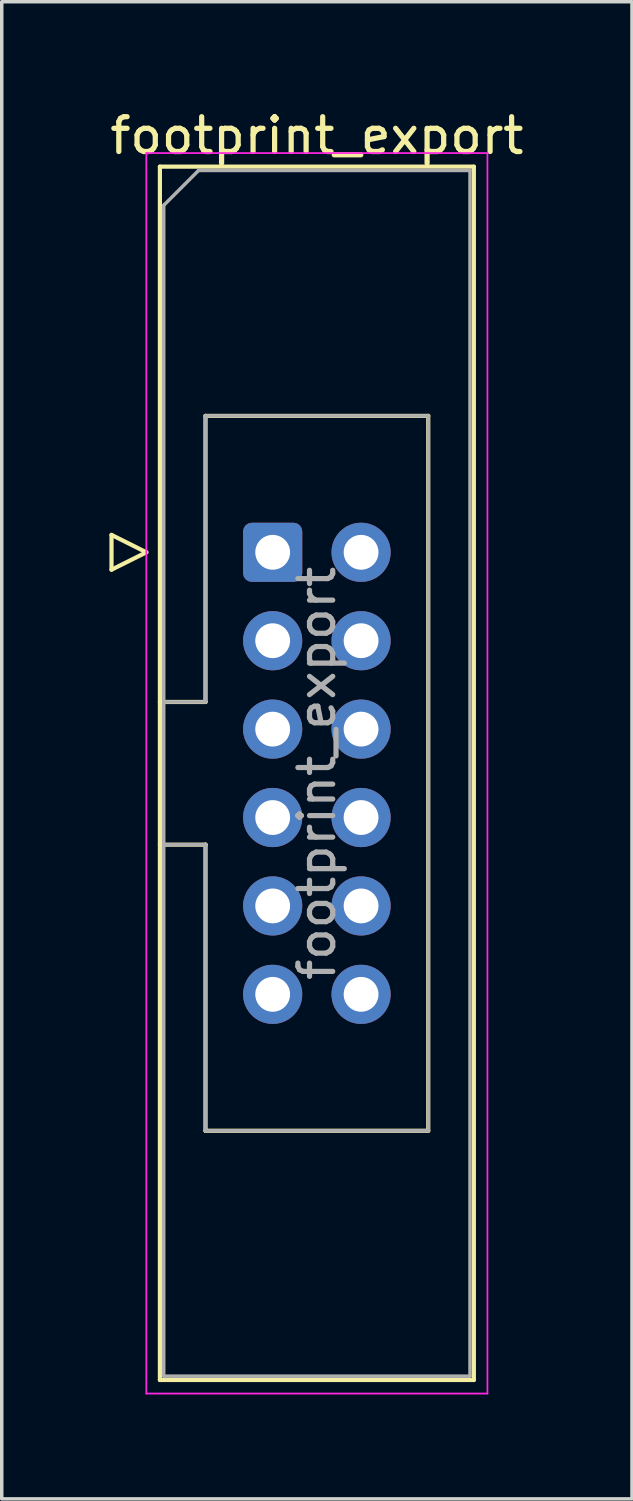
<source format=kicad_pcb>
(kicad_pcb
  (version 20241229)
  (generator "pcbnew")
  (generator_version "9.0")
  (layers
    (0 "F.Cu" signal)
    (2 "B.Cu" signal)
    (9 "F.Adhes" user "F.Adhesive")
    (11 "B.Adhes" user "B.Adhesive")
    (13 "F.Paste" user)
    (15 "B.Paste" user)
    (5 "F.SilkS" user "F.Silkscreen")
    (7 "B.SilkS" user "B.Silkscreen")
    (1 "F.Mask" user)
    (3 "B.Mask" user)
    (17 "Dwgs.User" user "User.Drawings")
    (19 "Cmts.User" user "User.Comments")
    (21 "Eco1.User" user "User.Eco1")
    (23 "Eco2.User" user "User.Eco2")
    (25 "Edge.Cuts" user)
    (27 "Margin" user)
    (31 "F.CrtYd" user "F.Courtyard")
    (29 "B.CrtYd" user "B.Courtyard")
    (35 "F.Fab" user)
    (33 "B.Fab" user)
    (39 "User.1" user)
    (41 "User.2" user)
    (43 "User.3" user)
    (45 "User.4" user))
  (footprint "footprint_export"
    (layer "F.Cu")
    (at 4.784 12.818)
    (property "Reference" "footprint_export" (at 1.27 -11.97 0) (layer "F.SilkS") (effects (font (size 1 1) (thickness 0.15))))
    (attr through_hole)
    (fp_line (start -4.63 -0.5) (end -4.63 0.5) (stroke (width 0.12) (type solid)) (layer "F.SilkS"))
    (fp_line (start -4.63 0.5) (end -3.63 0) (stroke (width 0.12) (type solid)) (layer "F.SilkS"))
    (fp_line (start -3.63 0) (end -4.63 -0.5) (stroke (width 0.12) (type solid)) (layer "F.SilkS"))
    (fp_line (start -3.24 -11.08) (end 5.78 -11.08) (stroke (width 0.12) (type solid)) (layer "F.SilkS"))
    (fp_line (start -3.24 4.3) (end -1.93 4.3) (stroke (width 0.12) (type solid)) (layer "F.SilkS"))
    (fp_line (start -3.24 23.78) (end -3.24 -11.08) (stroke (width 0.12) (type solid)) (layer "F.SilkS"))
    (fp_line (start -1.93 -3.92) (end 4.47 -3.92) (stroke (width 0.12) (type solid)) (layer "F.SilkS"))
    (fp_line (start -1.93 4.3) (end -1.93 -3.92) (stroke (width 0.12) (type solid)) (layer "F.SilkS"))
    (fp_line (start -1.93 8.4) (end -3.24 8.4) (stroke (width 0.12) (type solid)) (layer "F.SilkS"))
    (fp_line (start -1.93 8.4) (end -1.93 8.4) (stroke (width 0.12) (type solid)) (layer "F.SilkS"))
    (fp_line (start -1.93 16.62) (end -1.93 8.4) (stroke (width 0.12) (type solid)) (layer "F.SilkS"))
    (fp_line (start 4.47 -3.92) (end 4.47 16.62) (stroke (width 0.12) (type solid)) (layer "F.SilkS"))
    (fp_line (start 4.47 16.62) (end -1.93 16.62) (stroke (width 0.12) (type solid)) (layer "F.SilkS"))
    (fp_line (start 5.78 -11.08) (end 5.78 23.78) (stroke (width 0.12) (type solid)) (layer "F.SilkS"))
    (fp_line (start 5.78 23.78) (end -3.24 23.78) (stroke (width 0.12) (type solid)) (layer "F.SilkS"))
    (fp_line (start -3.63 -11.47) (end -3.63 24.17) (stroke (width 0.05) (type solid)) (layer "F.CrtYd"))
    (fp_line (start -3.63 24.17) (end 6.17 24.17) (stroke (width 0.05) (type solid)) (layer "F.CrtYd"))
    (fp_line (start 6.17 -11.47) (end -3.63 -11.47) (stroke (width 0.05) (type solid)) (layer "F.CrtYd"))
    (fp_line (start 6.17 24.17) (end 6.17 -11.47) (stroke (width 0.05) (type solid)) (layer "F.CrtYd"))
    (fp_line (start -3.13 -9.97) (end -2.13 -10.97) (stroke (width 0.1) (type solid)) (layer "F.Fab"))
    (fp_line (start -3.13 4.3) (end -1.93 4.3) (stroke (width 0.1) (type solid)) (layer "F.Fab"))
    (fp_line (start -3.13 23.67) (end -3.13 -9.97) (stroke (width 0.1) (type solid)) (layer "F.Fab"))
    (fp_line (start -2.13 -10.97) (end 5.67 -10.97) (stroke (width 0.1) (type solid)) (layer "F.Fab"))
    (fp_line (start -1.93 -3.92) (end 4.47 -3.92) (stroke (width 0.1) (type solid)) (layer "F.Fab"))
    (fp_line (start -1.93 4.3) (end -1.93 -3.92) (stroke (width 0.1) (type solid)) (layer "F.Fab"))
    (fp_line (start -1.93 8.4) (end -3.13 8.4) (stroke (width 0.1) (type solid)) (layer "F.Fab"))
    (fp_line (start -1.93 8.4) (end -1.93 8.4) (stroke (width 0.1) (type solid)) (layer "F.Fab"))
    (fp_line (start -1.93 16.62) (end -1.93 8.4) (stroke (width 0.1) (type solid)) (layer "F.Fab"))
    (fp_line (start 4.47 -3.92) (end 4.47 16.62) (stroke (width 0.1) (type solid)) (layer "F.Fab"))
    (fp_line (start 4.47 16.62) (end -1.93 16.62) (stroke (width 0.1) (type solid)) (layer "F.Fab"))
    (fp_line (start 5.67 -10.97) (end 5.67 23.67) (stroke (width 0.1) (type solid)) (layer "F.Fab"))
    (fp_line (start 5.67 23.67) (end -3.13 23.67) (stroke (width 0.1) (type solid)) (layer "F.Fab"))
    (fp_text user "${REFERENCE}" (at 1.27 6.35 90) (layer "F.Fab") (effects (font (size 1 1) (thickness 0.15))))
    (pad "1" thru_hole roundrect (at 0 0) (size 1.7 1.7) (drill 1) (layers "*.Cu" "*.Mask") (roundrect_rratio 0.147))
    (pad "2" thru_hole circle (at 2.54 0) (size 1.7 1.7) (drill 1) (layers "*.Cu" "*.Mask"))
    (pad "3" thru_hole circle (at 0 2.54) (size 1.7 1.7) (drill 1) (layers "*.Cu" "*.Mask"))
    (pad "4" thru_hole circle (at 2.54 2.54) (size 1.7 1.7) (drill 1) (layers "*.Cu" "*.Mask"))
    (pad "5" thru_hole circle (at 0 5.08) (size 1.7 1.7) (drill 1) (layers "*.Cu" "*.Mask"))
    (pad "6" thru_hole circle (at 2.54 5.08) (size 1.7 1.7) (drill 1) (layers "*.Cu" "*.Mask"))
    (pad "7" thru_hole circle (at 0 7.62) (size 1.7 1.7) (drill 1) (layers "*.Cu" "*.Mask"))
    (pad "8" thru_hole circle (at 2.54 7.62) (size 1.7 1.7) (drill 1) (layers "*.Cu" "*.Mask"))
    (pad "9" thru_hole circle (at 0 10.16) (size 1.7 1.7) (drill 1) (layers "*.Cu" "*.Mask"))
    (pad "10" thru_hole circle (at 2.54 10.16) (size 1.7 1.7) (drill 1) (layers "*.Cu" "*.Mask"))
    (pad "11" thru_hole circle (at 0 12.7) (size 1.7 1.7) (drill 1) (layers "*.Cu" "*.Mask"))
    (pad "12" thru_hole circle (at 2.54 12.7) (size 1.7 1.7) (drill 1) (layers "*.Cu" "*.Mask")))
  (gr_rect
    (start -3 -3)
    (end 15.107 40.013)
    (stroke (width 0.1) (type default))
    (fill no)
    (layer "Edge.Cuts")))
</source>
